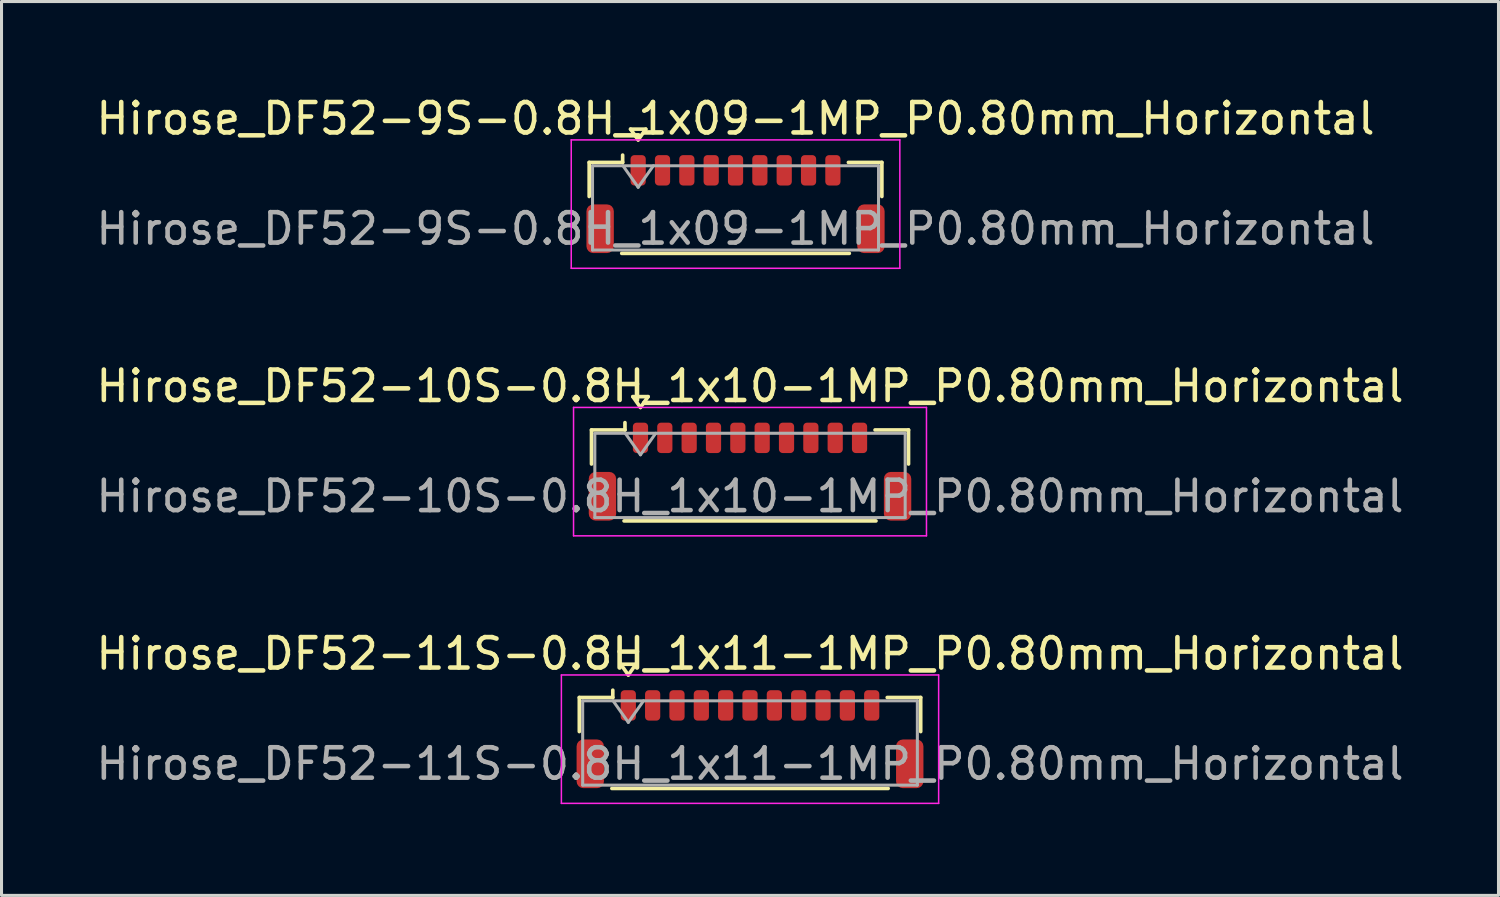
<source format=kicad_pcb>
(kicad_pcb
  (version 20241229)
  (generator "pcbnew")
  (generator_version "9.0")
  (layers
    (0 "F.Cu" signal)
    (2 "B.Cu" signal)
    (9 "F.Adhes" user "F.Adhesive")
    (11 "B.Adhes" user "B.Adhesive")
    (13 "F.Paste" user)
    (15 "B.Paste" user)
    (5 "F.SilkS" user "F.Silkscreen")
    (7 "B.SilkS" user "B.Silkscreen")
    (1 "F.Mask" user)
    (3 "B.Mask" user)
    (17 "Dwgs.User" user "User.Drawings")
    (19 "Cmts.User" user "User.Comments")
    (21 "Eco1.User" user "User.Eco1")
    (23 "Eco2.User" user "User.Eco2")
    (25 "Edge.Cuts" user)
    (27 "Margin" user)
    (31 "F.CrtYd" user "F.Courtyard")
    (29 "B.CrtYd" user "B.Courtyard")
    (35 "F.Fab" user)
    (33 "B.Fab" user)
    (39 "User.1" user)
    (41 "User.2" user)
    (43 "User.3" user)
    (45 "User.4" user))
  (footprint "Hirose_DF52-10S-0.8H_1x10-1MP_P0.80mm_Horizontal"
    (layer "F.Cu")
    (at 21.601 12.451)
    (property "Reference" "Hirose_DF52-10S-0.8H_1x10-1MP_P0.80mm_Horizontal" (at 0 -2.81 0) (layer "F.SilkS") (effects (font (size 1 1) (thickness 0.15))))
    (attr smd)
    (fp_line (start -5.21 -1.37) (end -4.11 -1.37) (stroke (width 0.12) (type solid)) (layer "F.SilkS"))
    (fp_line (start -5.21 -0.25) (end -5.21 -1.37) (stroke (width 0.12) (type solid)) (layer "F.SilkS"))
    (fp_line (start -4.14 1.62) (end 4.14 1.62) (stroke (width 0.12) (type solid)) (layer "F.SilkS"))
    (fp_line (start -4.11 -1.37) (end -4.11 -1.61) (stroke (width 0.12) (type solid)) (layer "F.SilkS"))
    (fp_line (start -3.85 -2.464) (end -3.6 -2.11) (stroke (width 0.12) (type solid)) (layer "F.SilkS"))
    (fp_line (start -3.6 -2.11) (end -3.35 -2.464) (stroke (width 0.12) (type solid)) (layer "F.SilkS"))
    (fp_line (start -3.35 -2.464) (end -3.85 -2.464) (stroke (width 0.12) (type solid)) (layer "F.SilkS"))
    (fp_line (start 5.21 -1.37) (end 4.11 -1.37) (stroke (width 0.12) (type solid)) (layer "F.SilkS"))
    (fp_line (start 5.21 -0.25) (end 5.21 -1.37) (stroke (width 0.12) (type solid)) (layer "F.SilkS"))
    (fp_line (start -5.8 -2.11) (end -5.8 2.11) (stroke (width 0.05) (type solid)) (layer "F.CrtYd"))
    (fp_line (start -5.8 2.11) (end 5.8 2.11) (stroke (width 0.05) (type solid)) (layer "F.CrtYd"))
    (fp_line (start 5.8 -2.11) (end -5.8 -2.11) (stroke (width 0.05) (type solid)) (layer "F.CrtYd"))
    (fp_line (start 5.8 2.11) (end 5.8 -2.11) (stroke (width 0.05) (type solid)) (layer "F.CrtYd"))
    (fp_line (start -5.1 -1.26) (end -5.1 1.51) (stroke (width 0.1) (type solid)) (layer "F.Fab"))
    (fp_line (start -5.1 -1.26) (end 5.1 -1.26) (stroke (width 0.1) (type solid)) (layer "F.Fab"))
    (fp_line (start -5.1 1.51) (end 5.1 1.51) (stroke (width 0.1) (type solid)) (layer "F.Fab"))
    (fp_line (start -4.1 -1.26) (end -3.6 -0.553) (stroke (width 0.1) (type solid)) (layer "F.Fab"))
    (fp_line (start -3.6 -0.553) (end -3.1 -1.26) (stroke (width 0.1) (type solid)) (layer "F.Fab"))
    (fp_line (start 5.1 -1.26) (end 5.1 1.51) (stroke (width 0.1) (type solid)) (layer "F.Fab"))
    (fp_text user "${REFERENCE}" (at 0 0.81 0) (layer "F.Fab") (effects (font (size 1 1) (thickness 0.15))))
    (pad "1" smd roundrect (at -3.6 -1.11) (size 0.5 1) (layers "F.Cu" "F.Mask" "F.Paste") (roundrect_rratio 0.25))
    (pad "2" smd roundrect (at -2.8 -1.11) (size 0.5 1) (layers "F.Cu" "F.Mask" "F.Paste") (roundrect_rratio 0.25))
    (pad "3" smd roundrect (at -2 -1.11) (size 0.5 1) (layers "F.Cu" "F.Mask" "F.Paste") (roundrect_rratio 0.25))
    (pad "4" smd roundrect (at -1.2 -1.11) (size 0.5 1) (layers "F.Cu" "F.Mask" "F.Paste") (roundrect_rratio 0.25))
    (pad "5" smd roundrect (at -0.4 -1.11) (size 0.5 1) (layers "F.Cu" "F.Mask" "F.Paste") (roundrect_rratio 0.25))
    (pad "6" smd roundrect (at 0.4 -1.11) (size 0.5 1) (layers "F.Cu" "F.Mask" "F.Paste") (roundrect_rratio 0.25))
    (pad "7" smd roundrect (at 1.2 -1.11) (size 0.5 1) (layers "F.Cu" "F.Mask" "F.Paste") (roundrect_rratio 0.25))
    (pad "8" smd roundrect (at 2 -1.11) (size 0.5 1) (layers "F.Cu" "F.Mask" "F.Paste") (roundrect_rratio 0.25))
    (pad "9" smd roundrect (at 2.8 -1.11) (size 0.5 1) (layers "F.Cu" "F.Mask" "F.Paste") (roundrect_rratio 0.25))
    (pad "10" smd roundrect (at 3.6 -1.11) (size 0.5 1) (layers "F.Cu" "F.Mask" "F.Paste") (roundrect_rratio 0.25))
    (pad "MP" smd roundrect (at -4.85 0.81) (size 0.9 1.6) (layers "F.Cu" "F.Mask" "F.Paste") (roundrect_rratio 0.25))
    (pad "MP" smd roundrect (at 4.85 0.81) (size 0.9 1.6) (layers "F.Cu" "F.Mask" "F.Paste") (roundrect_rratio 0.25)))
  (footprint "Hirose_DF52-9S-0.8H_1x09-1MP_P0.80mm_Horizontal"
    (layer "F.Cu")
    (at 21.125 3.658)
    (property "Reference" "Hirose_DF52-9S-0.8H_1x09-1MP_P0.80mm_Horizontal" (at 0 -2.81 0) (layer "F.SilkS") (effects (font (size 1 1) (thickness 0.15))))
    (attr smd)
    (fp_line (start -4.81 -1.37) (end -3.71 -1.37) (stroke (width 0.12) (type solid)) (layer "F.SilkS"))
    (fp_line (start -4.81 -0.25) (end -4.81 -1.37) (stroke (width 0.12) (type solid)) (layer "F.SilkS"))
    (fp_line (start -3.74 1.62) (end 3.74 1.62) (stroke (width 0.12) (type solid)) (layer "F.SilkS"))
    (fp_line (start -3.71 -1.37) (end -3.71 -1.61) (stroke (width 0.12) (type solid)) (layer "F.SilkS"))
    (fp_line (start -3.45 -2.464) (end -3.2 -2.11) (stroke (width 0.12) (type solid)) (layer "F.SilkS"))
    (fp_line (start -3.2 -2.11) (end -2.95 -2.464) (stroke (width 0.12) (type solid)) (layer "F.SilkS"))
    (fp_line (start -2.95 -2.464) (end -3.45 -2.464) (stroke (width 0.12) (type solid)) (layer "F.SilkS"))
    (fp_line (start 4.81 -1.37) (end 3.71 -1.37) (stroke (width 0.12) (type solid)) (layer "F.SilkS"))
    (fp_line (start 4.81 -0.25) (end 4.81 -1.37) (stroke (width 0.12) (type solid)) (layer "F.SilkS"))
    (fp_line (start -5.4 -2.11) (end -5.4 2.11) (stroke (width 0.05) (type solid)) (layer "F.CrtYd"))
    (fp_line (start -5.4 2.11) (end 5.4 2.11) (stroke (width 0.05) (type solid)) (layer "F.CrtYd"))
    (fp_line (start 5.4 -2.11) (end -5.4 -2.11) (stroke (width 0.05) (type solid)) (layer "F.CrtYd"))
    (fp_line (start 5.4 2.11) (end 5.4 -2.11) (stroke (width 0.05) (type solid)) (layer "F.CrtYd"))
    (fp_line (start -4.7 -1.26) (end -4.7 1.51) (stroke (width 0.1) (type solid)) (layer "F.Fab"))
    (fp_line (start -4.7 -1.26) (end 4.7 -1.26) (stroke (width 0.1) (type solid)) (layer "F.Fab"))
    (fp_line (start -4.7 1.51) (end 4.7 1.51) (stroke (width 0.1) (type solid)) (layer "F.Fab"))
    (fp_line (start -3.7 -1.26) (end -3.2 -0.553) (stroke (width 0.1) (type solid)) (layer "F.Fab"))
    (fp_line (start -3.2 -0.553) (end -2.7 -1.26) (stroke (width 0.1) (type solid)) (layer "F.Fab"))
    (fp_line (start 4.7 -1.26) (end 4.7 1.51) (stroke (width 0.1) (type solid)) (layer "F.Fab"))
    (fp_text user "${REFERENCE}" (at 0 0.81 0) (layer "F.Fab") (effects (font (size 1 1) (thickness 0.15))))
    (pad "1" smd roundrect (at -3.2 -1.11) (size 0.5 1) (layers "F.Cu" "F.Mask" "F.Paste") (roundrect_rratio 0.25))
    (pad "2" smd roundrect (at -2.4 -1.11) (size 0.5 1) (layers "F.Cu" "F.Mask" "F.Paste") (roundrect_rratio 0.25))
    (pad "3" smd roundrect (at -1.6 -1.11) (size 0.5 1) (layers "F.Cu" "F.Mask" "F.Paste") (roundrect_rratio 0.25))
    (pad "4" smd roundrect (at -0.8 -1.11) (size 0.5 1) (layers "F.Cu" "F.Mask" "F.Paste") (roundrect_rratio 0.25))
    (pad "5" smd roundrect (at 0 -1.11) (size 0.5 1) (layers "F.Cu" "F.Mask" "F.Paste") (roundrect_rratio 0.25))
    (pad "6" smd roundrect (at 0.8 -1.11) (size 0.5 1) (layers "F.Cu" "F.Mask" "F.Paste") (roundrect_rratio 0.25))
    (pad "7" smd roundrect (at 1.6 -1.11) (size 0.5 1) (layers "F.Cu" "F.Mask" "F.Paste") (roundrect_rratio 0.25))
    (pad "8" smd roundrect (at 2.4 -1.11) (size 0.5 1) (layers "F.Cu" "F.Mask" "F.Paste") (roundrect_rratio 0.25))
    (pad "9" smd roundrect (at 3.2 -1.11) (size 0.5 1) (layers "F.Cu" "F.Mask" "F.Paste") (roundrect_rratio 0.25))
    (pad "MP" smd roundrect (at -4.45 0.81) (size 0.9 1.6) (layers "F.Cu" "F.Mask" "F.Paste") (roundrect_rratio 0.25))
    (pad "MP" smd roundrect (at 4.45 0.81) (size 0.9 1.6) (layers "F.Cu" "F.Mask" "F.Paste") (roundrect_rratio 0.25)))
  (footprint "Hirose_DF52-11S-0.8H_1x11-1MP_P0.80mm_Horizontal"
    (layer "F.Cu")
    (at 21.601 21.245)
    (property "Reference" "Hirose_DF52-11S-0.8H_1x11-1MP_P0.80mm_Horizontal" (at 0 -2.81 0) (layer "F.SilkS") (effects (font (size 1 1) (thickness 0.15))))
    (attr smd)
    (fp_line (start -5.61 -1.37) (end -4.51 -1.37) (stroke (width 0.12) (type solid)) (layer "F.SilkS"))
    (fp_line (start -5.61 -0.25) (end -5.61 -1.37) (stroke (width 0.12) (type solid)) (layer "F.SilkS"))
    (fp_line (start -4.54 1.62) (end 4.54 1.62) (stroke (width 0.12) (type solid)) (layer "F.SilkS"))
    (fp_line (start -4.51 -1.37) (end -4.51 -1.61) (stroke (width 0.12) (type solid)) (layer "F.SilkS"))
    (fp_line (start -4.25 -2.464) (end -4 -2.11) (stroke (width 0.12) (type solid)) (layer "F.SilkS"))
    (fp_line (start -4 -2.11) (end -3.75 -2.464) (stroke (width 0.12) (type solid)) (layer "F.SilkS"))
    (fp_line (start -3.75 -2.464) (end -4.25 -2.464) (stroke (width 0.12) (type solid)) (layer "F.SilkS"))
    (fp_line (start 5.61 -1.37) (end 4.51 -1.37) (stroke (width 0.12) (type solid)) (layer "F.SilkS"))
    (fp_line (start 5.61 -0.25) (end 5.61 -1.37) (stroke (width 0.12) (type solid)) (layer "F.SilkS"))
    (fp_line (start -6.2 -2.11) (end -6.2 2.11) (stroke (width 0.05) (type solid)) (layer "F.CrtYd"))
    (fp_line (start -6.2 2.11) (end 6.2 2.11) (stroke (width 0.05) (type solid)) (layer "F.CrtYd"))
    (fp_line (start 6.2 -2.11) (end -6.2 -2.11) (stroke (width 0.05) (type solid)) (layer "F.CrtYd"))
    (fp_line (start 6.2 2.11) (end 6.2 -2.11) (stroke (width 0.05) (type solid)) (layer "F.CrtYd"))
    (fp_line (start -5.5 -1.26) (end -5.5 1.51) (stroke (width 0.1) (type solid)) (layer "F.Fab"))
    (fp_line (start -5.5 -1.26) (end 5.5 -1.26) (stroke (width 0.1) (type solid)) (layer "F.Fab"))
    (fp_line (start -5.5 1.51) (end 5.5 1.51) (stroke (width 0.1) (type solid)) (layer "F.Fab"))
    (fp_line (start -4.5 -1.26) (end -4 -0.553) (stroke (width 0.1) (type solid)) (layer "F.Fab"))
    (fp_line (start -4 -0.553) (end -3.5 -1.26) (stroke (width 0.1) (type solid)) (layer "F.Fab"))
    (fp_line (start 5.5 -1.26) (end 5.5 1.51) (stroke (width 0.1) (type solid)) (layer "F.Fab"))
    (fp_text user "${REFERENCE}" (at 0 0.81 0) (layer "F.Fab") (effects (font (size 1 1) (thickness 0.15))))
    (pad "1" smd roundrect (at -4 -1.11) (size 0.5 1) (layers "F.Cu" "F.Mask" "F.Paste") (roundrect_rratio 0.25))
    (pad "2" smd roundrect (at -3.2 -1.11) (size 0.5 1) (layers "F.Cu" "F.Mask" "F.Paste") (roundrect_rratio 0.25))
    (pad "3" smd roundrect (at -2.4 -1.11) (size 0.5 1) (layers "F.Cu" "F.Mask" "F.Paste") (roundrect_rratio 0.25))
    (pad "4" smd roundrect (at -1.6 -1.11) (size 0.5 1) (layers "F.Cu" "F.Mask" "F.Paste") (roundrect_rratio 0.25))
    (pad "5" smd roundrect (at -0.8 -1.11) (size 0.5 1) (layers "F.Cu" "F.Mask" "F.Paste") (roundrect_rratio 0.25))
    (pad "6" smd roundrect (at 0 -1.11) (size 0.5 1) (layers "F.Cu" "F.Mask" "F.Paste") (roundrect_rratio 0.25))
    (pad "7" smd roundrect (at 0.8 -1.11) (size 0.5 1) (layers "F.Cu" "F.Mask" "F.Paste") (roundrect_rratio 0.25))
    (pad "8" smd roundrect (at 1.6 -1.11) (size 0.5 1) (layers "F.Cu" "F.Mask" "F.Paste") (roundrect_rratio 0.25))
    (pad "9" smd roundrect (at 2.4 -1.11) (size 0.5 1) (layers "F.Cu" "F.Mask" "F.Paste") (roundrect_rratio 0.25))
    (pad "10" smd roundrect (at 3.2 -1.11) (size 0.5 1) (layers "F.Cu" "F.Mask" "F.Paste") (roundrect_rratio 0.25))
    (pad "11" smd roundrect (at 4 -1.11) (size 0.5 1) (layers "F.Cu" "F.Mask" "F.Paste") (roundrect_rratio 0.25))
    (pad "MP" smd roundrect (at -5.25 0.81) (size 0.9 1.6) (layers "F.Cu" "F.Mask" "F.Paste") (roundrect_rratio 0.25))
    (pad "MP" smd roundrect (at 5.25 0.81) (size 0.9 1.6) (layers "F.Cu" "F.Mask" "F.Paste") (roundrect_rratio 0.25)))
  (gr_rect
    (start -3 -3)
    (end 46.202 26.38)
    (stroke (width 0.1) (type default))
    (fill no)
    (layer "Edge.Cuts")))
</source>
